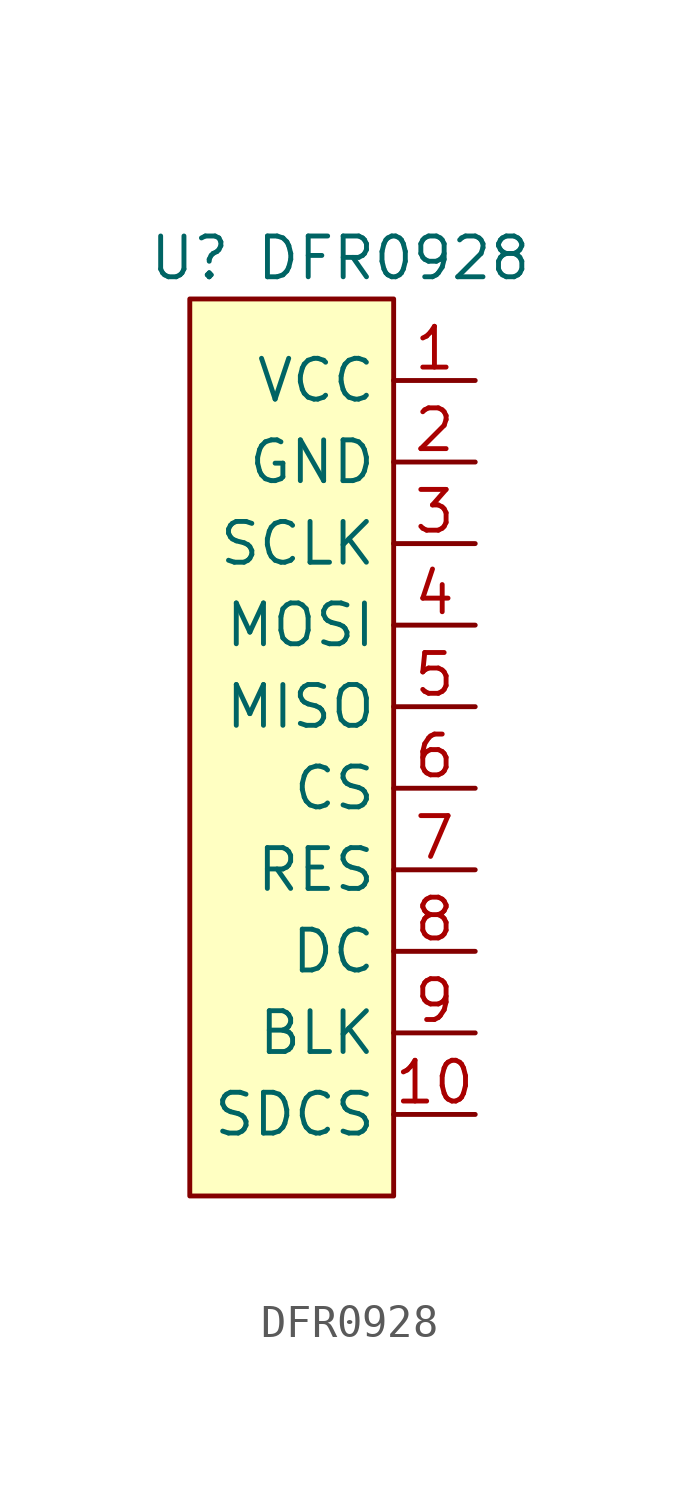
<source format=kicad_sym>
(kicad_symbol_lib
  (version 20211014)
  (generator kicad_symbol_editor)
  (symbol "New_Library:DFR0928"
    (property "Reference" "U"
      (at 0 1.27 0)
      (effects (font (size 1.27 1.27))))
    (property "Value" "DFR0928"
      (at 6.35 1.27 0)
      (effects (font (size 1.27 1.27))))
    (symbol "DFR0928_0_1"
      (rectangle (start 0 0) (end 6.35 -27.94) (stroke (width 0.152) (type default) (color 0 0 0 0)) (fill (type background))))
    (symbol "DFR0928_1_1"
      (pin power_in line (at 8.89 -2.54 180) (length 2.54) (name "VCC" (effects (font (size 1.27 1.27)))) (number "1" (effects (font (size 1.27 1.27)))))
      (pin input line (at 8.89 -25.4 180) (length 2.54) (name "SDCS" (effects (font (size 1.27 1.27)))) (number "10" (effects (font (size 1.27 1.27)))))
      (pin power_in line (at 8.89 -5.08 180) (length 2.54) (name "GND" (effects (font (size 1.27 1.27)))) (number "2" (effects (font (size 1.27 1.27)))))
      (pin input line (at 8.89 -7.62 180) (length 2.54) (name "SCLK" (effects (font (size 1.27 1.27)))) (number "3" (effects (font (size 1.27 1.27)))))
      (pin input line (at 8.89 -10.16 180) (length 2.54) (name "MOSI" (effects (font (size 1.27 1.27)))) (number "4" (effects (font (size 1.27 1.27)))))
      (pin output line (at 8.89 -12.7 180) (length 2.54) (name "MISO" (effects (font (size 1.27 1.27)))) (number "5" (effects (font (size 1.27 1.27)))))
      (pin input line (at 8.89 -15.24 180) (length 2.54) (name "CS" (effects (font (size 1.27 1.27)))) (number "6" (effects (font (size 1.27 1.27)))))
      (pin input line (at 8.89 -17.78 180) (length 2.54) (name "RES" (effects (font (size 1.27 1.27)))) (number "7" (effects (font (size 1.27 1.27)))))
      (pin input line (at 8.89 -20.32 180) (length 2.54) (name "DC" (effects (font (size 1.27 1.27)))) (number "8" (effects (font (size 1.27 1.27)))))
      (pin input line (at 8.89 -22.86 180) (length 2.54) (name "BLK" (effects (font (size 1.27 1.27)))) (number "9" (effects (font (size 1.27 1.27))))))))
</source>
